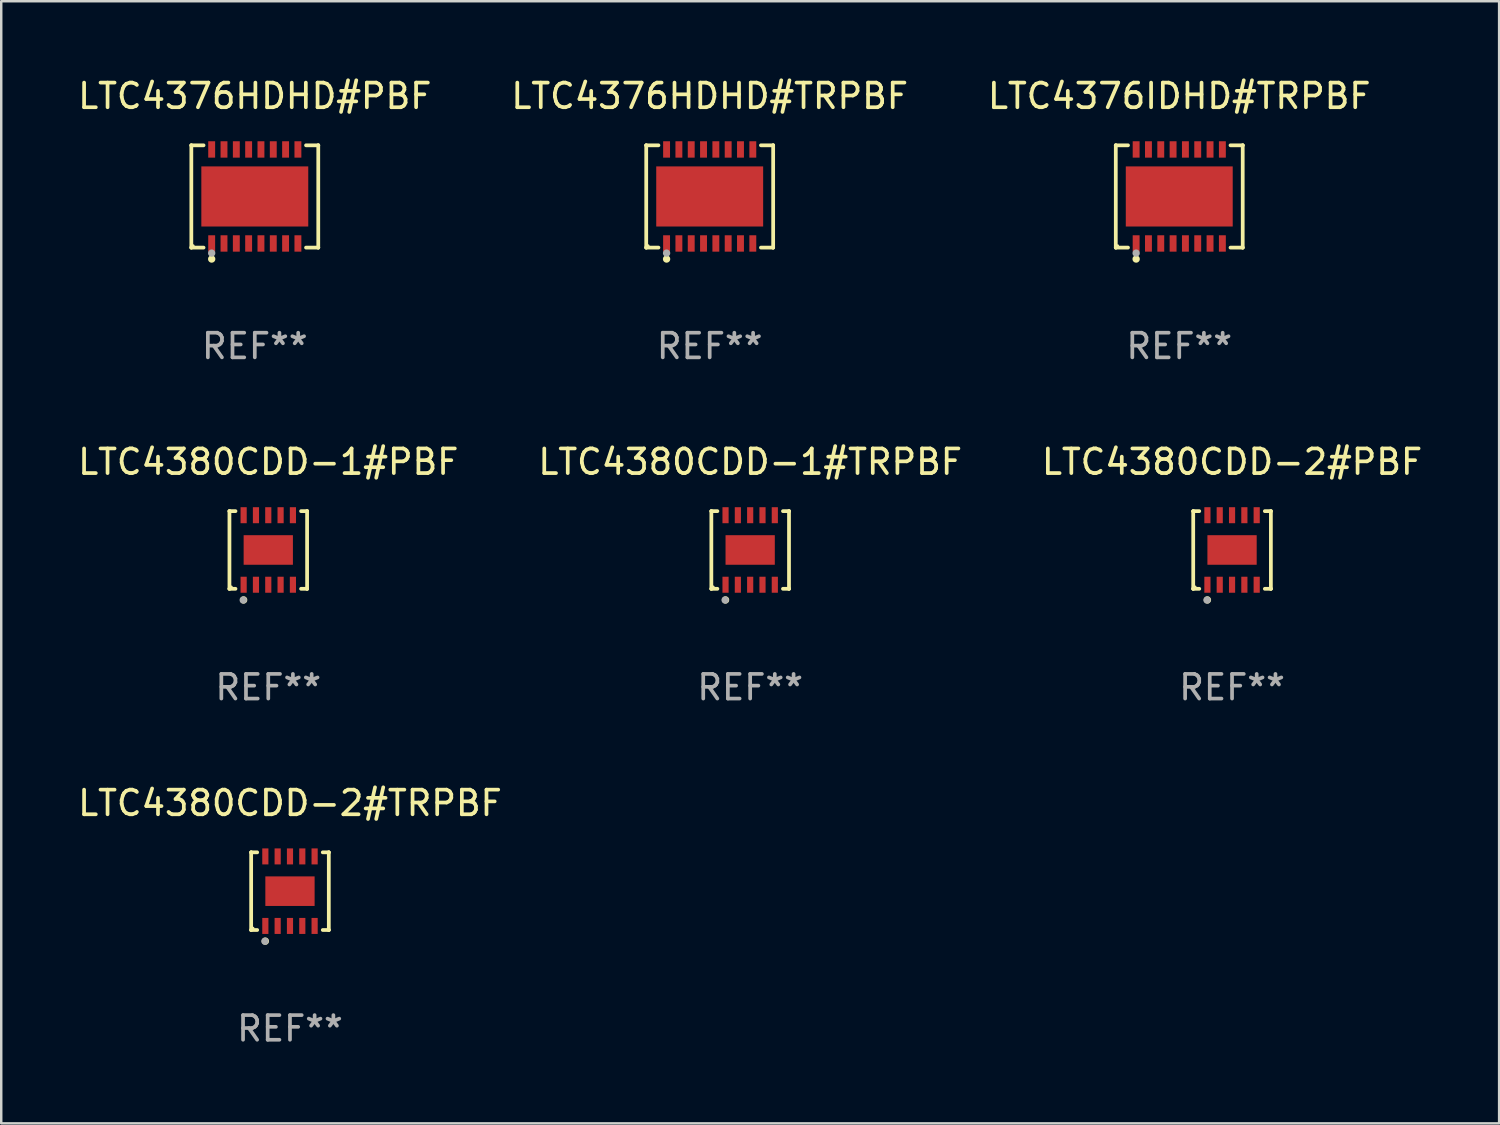
<source format=kicad_pcb>
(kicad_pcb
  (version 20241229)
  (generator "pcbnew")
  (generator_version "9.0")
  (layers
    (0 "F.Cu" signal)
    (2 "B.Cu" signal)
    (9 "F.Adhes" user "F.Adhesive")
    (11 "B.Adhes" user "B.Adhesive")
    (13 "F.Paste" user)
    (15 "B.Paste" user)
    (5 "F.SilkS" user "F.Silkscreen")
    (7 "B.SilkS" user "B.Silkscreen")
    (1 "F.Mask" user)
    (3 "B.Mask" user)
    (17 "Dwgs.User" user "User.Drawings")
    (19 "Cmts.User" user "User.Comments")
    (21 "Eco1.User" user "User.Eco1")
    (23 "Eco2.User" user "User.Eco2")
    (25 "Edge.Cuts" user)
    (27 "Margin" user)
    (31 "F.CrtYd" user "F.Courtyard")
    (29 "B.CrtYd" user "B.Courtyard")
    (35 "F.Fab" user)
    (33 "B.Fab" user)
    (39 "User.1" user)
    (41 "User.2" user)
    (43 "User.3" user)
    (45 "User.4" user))
  (footprint "LTC4380CDD-2#PBF"
    (layer "F.Cu")
    (at 46.958 19.273)
    (property "Reference" "LTC4380CDD-2#PBF" (at 0 -3.576 0) (layer "F.SilkS") (effects (font (size 1 1) (thickness 0.15))))
    (attr through_hole)
    (fp_line (start -1.576 -1.576) (end -1.576 -1.576) (stroke (width 0.152) (type solid)) (layer "F.SilkS"))
    (fp_line (start -1.576 -1.576) (end -1.331 -1.576) (stroke (width 0.152) (type solid)) (layer "F.SilkS"))
    (fp_line (start -1.576 1.576) (end -1.576 -1.576) (stroke (width 0.152) (type solid)) (layer "F.SilkS"))
    (fp_line (start -1.576 1.576) (end -1.576 1.576) (stroke (width 0.152) (type solid)) (layer "F.SilkS"))
    (fp_line (start -1.331 1.576) (end -1.576 1.576) (stroke (width 0.152) (type solid)) (layer "F.SilkS"))
    (fp_line (start 1.331 1.576) (end 1.576 1.576) (stroke (width 0.152) (type solid)) (layer "F.SilkS"))
    (fp_line (start 1.576 -1.576) (end 1.331 -1.576) (stroke (width 0.152) (type solid)) (layer "F.SilkS"))
    (fp_line (start 1.576 -1.576) (end 1.576 -1.576) (stroke (width 0.152) (type solid)) (layer "F.SilkS"))
    (fp_line (start 1.576 1.576) (end 1.576 -1.576) (stroke (width 0.152) (type solid)) (layer "F.SilkS"))
    (fp_line (start 1.576 1.576) (end 1.576 1.576) (stroke (width 0.152) (type solid)) (layer "F.SilkS"))
    (fp_circle (center -1.5 1.5) (end -1.47 1.5) (stroke (width 0.06) (type solid)) (fill no) (layer "F.SilkS"))
    (fp_circle (center -1 2.028) (end -0.925 2.028) (stroke (width 0.15) (type solid)) (fill no) (layer "F.SilkS"))
    (fp_circle (center -1.016 2.032) (end -0.941 2.032) (stroke (width 0.15) (type solid)) (fill no) (layer "F.Fab"))
    (fp_text user "REF**" (at 0 5.576 0) (layer "F.Fab") (effects (font (size 1 1) (thickness 0.15))))
    (pad "1" smd rect (at -1 1.411) (size 0.25 0.65) (layers "F.Cu" "F.Mask" "F.Paste"))
    (pad "2" smd rect (at -0.5 1.411) (size 0.25 0.65) (layers "F.Cu" "F.Mask" "F.Paste"))
    (pad "3" smd rect (at 0 1.411) (size 0.25 0.65) (layers "F.Cu" "F.Mask" "F.Paste"))
    (pad "4" smd rect (at 0.5 1.411) (size 0.25 0.65) (layers "F.Cu" "F.Mask" "F.Paste"))
    (pad "5" smd rect (at 1 1.411) (size 0.25 0.65) (layers "F.Cu" "F.Mask" "F.Paste"))
    (pad "6" smd rect (at 1 -1.411) (size 0.25 0.65) (layers "F.Cu" "F.Mask" "F.Paste"))
    (pad "7" smd rect (at 0.5 -1.411) (size 0.25 0.65) (layers "F.Cu" "F.Mask" "F.Paste"))
    (pad "8" smd rect (at 0 -1.411) (size 0.25 0.65) (layers "F.Cu" "F.Mask" "F.Paste"))
    (pad "9" smd rect (at -0.5 -1.411) (size 0.25 0.65) (layers "F.Cu" "F.Mask" "F.Paste"))
    (pad "10" smd rect (at -1 -1.411) (size 0.25 0.65) (layers "F.Cu" "F.Mask" "F.Paste"))
    (pad "11" smd rect (at 0 0) (size 2 1.2) (layers "F.Cu" "F.Mask" "F.Paste")))
  (footprint "LTC4380CDD-1#PBF"
    (layer "F.Cu")
    (at 7.839 19.273)
    (property "Reference" "LTC4380CDD-1#PBF" (at 0 -3.576 0) (layer "F.SilkS") (effects (font (size 1 1) (thickness 0.15))))
    (attr through_hole)
    (fp_line (start -1.576 -1.576) (end -1.576 -1.576) (stroke (width 0.152) (type solid)) (layer "F.SilkS"))
    (fp_line (start -1.576 -1.576) (end -1.331 -1.576) (stroke (width 0.152) (type solid)) (layer "F.SilkS"))
    (fp_line (start -1.576 1.576) (end -1.576 -1.576) (stroke (width 0.152) (type solid)) (layer "F.SilkS"))
    (fp_line (start -1.576 1.576) (end -1.576 1.576) (stroke (width 0.152) (type solid)) (layer "F.SilkS"))
    (fp_line (start -1.331 1.576) (end -1.576 1.576) (stroke (width 0.152) (type solid)) (layer "F.SilkS"))
    (fp_line (start 1.331 1.576) (end 1.576 1.576) (stroke (width 0.152) (type solid)) (layer "F.SilkS"))
    (fp_line (start 1.576 -1.576) (end 1.331 -1.576) (stroke (width 0.152) (type solid)) (layer "F.SilkS"))
    (fp_line (start 1.576 -1.576) (end 1.576 -1.576) (stroke (width 0.152) (type solid)) (layer "F.SilkS"))
    (fp_line (start 1.576 1.576) (end 1.576 -1.576) (stroke (width 0.152) (type solid)) (layer "F.SilkS"))
    (fp_line (start 1.576 1.576) (end 1.576 1.576) (stroke (width 0.152) (type solid)) (layer "F.SilkS"))
    (fp_circle (center -1.5 1.5) (end -1.47 1.5) (stroke (width 0.06) (type solid)) (fill no) (layer "F.SilkS"))
    (fp_circle (center -1 2.028) (end -0.925 2.028) (stroke (width 0.15) (type solid)) (fill no) (layer "F.SilkS"))
    (fp_circle (center -1.016 2.032) (end -0.941 2.032) (stroke (width 0.15) (type solid)) (fill no) (layer "F.Fab"))
    (fp_text user "REF**" (at 0 5.576 0) (layer "F.Fab") (effects (font (size 1 1) (thickness 0.15))))
    (pad "1" smd rect (at -1 1.411) (size 0.25 0.65) (layers "F.Cu" "F.Mask" "F.Paste"))
    (pad "2" smd rect (at -0.5 1.411) (size 0.25 0.65) (layers "F.Cu" "F.Mask" "F.Paste"))
    (pad "3" smd rect (at 0 1.411) (size 0.25 0.65) (layers "F.Cu" "F.Mask" "F.Paste"))
    (pad "4" smd rect (at 0.5 1.411) (size 0.25 0.65) (layers "F.Cu" "F.Mask" "F.Paste"))
    (pad "5" smd rect (at 1 1.411) (size 0.25 0.65) (layers "F.Cu" "F.Mask" "F.Paste"))
    (pad "6" smd rect (at 1 -1.411) (size 0.25 0.65) (layers "F.Cu" "F.Mask" "F.Paste"))
    (pad "7" smd rect (at 0.5 -1.411) (size 0.25 0.65) (layers "F.Cu" "F.Mask" "F.Paste"))
    (pad "8" smd rect (at 0 -1.411) (size 0.25 0.65) (layers "F.Cu" "F.Mask" "F.Paste"))
    (pad "9" smd rect (at -0.5 -1.411) (size 0.25 0.65) (layers "F.Cu" "F.Mask" "F.Paste"))
    (pad "10" smd rect (at -1 -1.411) (size 0.25 0.65) (layers "F.Cu" "F.Mask" "F.Paste"))
    (pad "11" smd rect (at 0 0) (size 2 1.2) (layers "F.Cu" "F.Mask" "F.Paste")))
  (footprint "LTC4380CDD-2#TRPBF"
    (layer "F.Cu")
    (at 8.72 33.122)
    (property "Reference" "LTC4380CDD-2#TRPBF" (at 0 -3.576 0) (layer "F.SilkS") (effects (font (size 1 1) (thickness 0.15))))
    (attr through_hole)
    (fp_line (start -1.576 -1.576) (end -1.576 -1.576) (stroke (width 0.152) (type solid)) (layer "F.SilkS"))
    (fp_line (start -1.576 -1.576) (end -1.331 -1.576) (stroke (width 0.152) (type solid)) (layer "F.SilkS"))
    (fp_line (start -1.576 1.576) (end -1.576 -1.576) (stroke (width 0.152) (type solid)) (layer "F.SilkS"))
    (fp_line (start -1.576 1.576) (end -1.576 1.576) (stroke (width 0.152) (type solid)) (layer "F.SilkS"))
    (fp_line (start -1.331 1.576) (end -1.576 1.576) (stroke (width 0.152) (type solid)) (layer "F.SilkS"))
    (fp_line (start 1.331 1.576) (end 1.576 1.576) (stroke (width 0.152) (type solid)) (layer "F.SilkS"))
    (fp_line (start 1.576 -1.576) (end 1.331 -1.576) (stroke (width 0.152) (type solid)) (layer "F.SilkS"))
    (fp_line (start 1.576 -1.576) (end 1.576 -1.576) (stroke (width 0.152) (type solid)) (layer "F.SilkS"))
    (fp_line (start 1.576 1.576) (end 1.576 -1.576) (stroke (width 0.152) (type solid)) (layer "F.SilkS"))
    (fp_line (start 1.576 1.576) (end 1.576 1.576) (stroke (width 0.152) (type solid)) (layer "F.SilkS"))
    (fp_circle (center -1.5 1.5) (end -1.47 1.5) (stroke (width 0.06) (type solid)) (fill no) (layer "F.SilkS"))
    (fp_circle (center -1 2.028) (end -0.925 2.028) (stroke (width 0.15) (type solid)) (fill no) (layer "F.SilkS"))
    (fp_circle (center -1.016 2.032) (end -0.941 2.032) (stroke (width 0.15) (type solid)) (fill no) (layer "F.Fab"))
    (fp_text user "REF**" (at 0 5.576 0) (layer "F.Fab") (effects (font (size 1 1) (thickness 0.15))))
    (pad "1" smd rect (at -1 1.411) (size 0.25 0.65) (layers "F.Cu" "F.Mask" "F.Paste"))
    (pad "2" smd rect (at -0.5 1.411) (size 0.25 0.65) (layers "F.Cu" "F.Mask" "F.Paste"))
    (pad "3" smd rect (at 0 1.411) (size 0.25 0.65) (layers "F.Cu" "F.Mask" "F.Paste"))
    (pad "4" smd rect (at 0.5 1.411) (size 0.25 0.65) (layers "F.Cu" "F.Mask" "F.Paste"))
    (pad "5" smd rect (at 1 1.411) (size 0.25 0.65) (layers "F.Cu" "F.Mask" "F.Paste"))
    (pad "6" smd rect (at 1 -1.411) (size 0.25 0.65) (layers "F.Cu" "F.Mask" "F.Paste"))
    (pad "7" smd rect (at 0.5 -1.411) (size 0.25 0.65) (layers "F.Cu" "F.Mask" "F.Paste"))
    (pad "8" smd rect (at 0 -1.411) (size 0.25 0.65) (layers "F.Cu" "F.Mask" "F.Paste"))
    (pad "9" smd rect (at -0.5 -1.411) (size 0.25 0.65) (layers "F.Cu" "F.Mask" "F.Paste"))
    (pad "10" smd rect (at -1 -1.411) (size 0.25 0.65) (layers "F.Cu" "F.Mask" "F.Paste"))
    (pad "11" smd rect (at 0 0) (size 2 1.2) (layers "F.Cu" "F.Mask" "F.Paste")))
  (footprint "LTC4380CDD-1#TRPBF"
    (layer "F.Cu")
    (at 27.399 19.273)
    (property "Reference" "LTC4380CDD-1#TRPBF" (at 0 -3.576 0) (layer "F.SilkS") (effects (font (size 1 1) (thickness 0.15))))
    (attr through_hole)
    (fp_line (start -1.576 -1.576) (end -1.576 -1.576) (stroke (width 0.152) (type solid)) (layer "F.SilkS"))
    (fp_line (start -1.576 -1.576) (end -1.331 -1.576) (stroke (width 0.152) (type solid)) (layer "F.SilkS"))
    (fp_line (start -1.576 1.576) (end -1.576 -1.576) (stroke (width 0.152) (type solid)) (layer "F.SilkS"))
    (fp_line (start -1.576 1.576) (end -1.576 1.576) (stroke (width 0.152) (type solid)) (layer "F.SilkS"))
    (fp_line (start -1.331 1.576) (end -1.576 1.576) (stroke (width 0.152) (type solid)) (layer "F.SilkS"))
    (fp_line (start 1.331 1.576) (end 1.576 1.576) (stroke (width 0.152) (type solid)) (layer "F.SilkS"))
    (fp_line (start 1.576 -1.576) (end 1.331 -1.576) (stroke (width 0.152) (type solid)) (layer "F.SilkS"))
    (fp_line (start 1.576 -1.576) (end 1.576 -1.576) (stroke (width 0.152) (type solid)) (layer "F.SilkS"))
    (fp_line (start 1.576 1.576) (end 1.576 -1.576) (stroke (width 0.152) (type solid)) (layer "F.SilkS"))
    (fp_line (start 1.576 1.576) (end 1.576 1.576) (stroke (width 0.152) (type solid)) (layer "F.SilkS"))
    (fp_circle (center -1.5 1.5) (end -1.47 1.5) (stroke (width 0.06) (type solid)) (fill no) (layer "F.SilkS"))
    (fp_circle (center -1 2.028) (end -0.925 2.028) (stroke (width 0.15) (type solid)) (fill no) (layer "F.SilkS"))
    (fp_circle (center -1.016 2.032) (end -0.941 2.032) (stroke (width 0.15) (type solid)) (fill no) (layer "F.Fab"))
    (fp_text user "REF**" (at 0 5.576 0) (layer "F.Fab") (effects (font (size 1 1) (thickness 0.15))))
    (pad "1" smd rect (at -1 1.411) (size 0.25 0.65) (layers "F.Cu" "F.Mask" "F.Paste"))
    (pad "2" smd rect (at -0.5 1.411) (size 0.25 0.65) (layers "F.Cu" "F.Mask" "F.Paste"))
    (pad "3" smd rect (at 0 1.411) (size 0.25 0.65) (layers "F.Cu" "F.Mask" "F.Paste"))
    (pad "4" smd rect (at 0.5 1.411) (size 0.25 0.65) (layers "F.Cu" "F.Mask" "F.Paste"))
    (pad "5" smd rect (at 1 1.411) (size 0.25 0.65) (layers "F.Cu" "F.Mask" "F.Paste"))
    (pad "6" smd rect (at 1 -1.411) (size 0.25 0.65) (layers "F.Cu" "F.Mask" "F.Paste"))
    (pad "7" smd rect (at 0.5 -1.411) (size 0.25 0.65) (layers "F.Cu" "F.Mask" "F.Paste"))
    (pad "8" smd rect (at 0 -1.411) (size 0.25 0.65) (layers "F.Cu" "F.Mask" "F.Paste"))
    (pad "9" smd rect (at -0.5 -1.411) (size 0.25 0.65) (layers "F.Cu" "F.Mask" "F.Paste"))
    (pad "10" smd rect (at -1 -1.411) (size 0.25 0.65) (layers "F.Cu" "F.Mask" "F.Paste"))
    (pad "11" smd rect (at 0 0) (size 2 1.2) (layers "F.Cu" "F.Mask" "F.Paste")))
  (footprint "LTC4376HDHD#PBF"
    (layer "F.Cu")
    (at 7.292 4.924)
    (property "Reference" "LTC4376HDHD#PBF" (at 0 -4.076 0) (layer "F.SilkS") (effects (font (size 1 1) (thickness 0.15))))
    (attr through_hole)
    (fp_line (start -2.576 -2.076) (end -2.576 -2.076) (stroke (width 0.152) (type solid)) (layer "F.SilkS"))
    (fp_line (start -2.576 -2.076) (end -2.08 -2.076) (stroke (width 0.152) (type solid)) (layer "F.SilkS"))
    (fp_line (start -2.576 2.076) (end -2.576 -2.076) (stroke (width 0.152) (type solid)) (layer "F.SilkS"))
    (fp_line (start -2.576 2.076) (end -2.576 2.076) (stroke (width 0.152) (type solid)) (layer "F.SilkS"))
    (fp_line (start -2.08 2.076) (end -2.576 2.076) (stroke (width 0.152) (type solid)) (layer "F.SilkS"))
    (fp_line (start 2.08 2.076) (end 2.576 2.076) (stroke (width 0.152) (type solid)) (layer "F.SilkS"))
    (fp_line (start 2.576 -2.076) (end 2.08 -2.076) (stroke (width 0.152) (type solid)) (layer "F.SilkS"))
    (fp_line (start 2.576 -2.076) (end 2.576 -2.076) (stroke (width 0.152) (type solid)) (layer "F.SilkS"))
    (fp_line (start 2.576 2.076) (end 2.576 -2.076) (stroke (width 0.152) (type solid)) (layer "F.SilkS"))
    (fp_line (start 2.576 2.076) (end 2.576 2.076) (stroke (width 0.152) (type solid)) (layer "F.SilkS"))
    (fp_circle (center -2.5 2) (end -2.47 2) (stroke (width 0.06) (type solid)) (fill no) (layer "F.SilkS"))
    (fp_circle (center -1.75 2.54) (end -1.675 2.54) (stroke (width 0.15) (type solid)) (fill no) (layer "F.SilkS"))
    (fp_circle (center -1.75 2.3) (end -1.675 2.3) (stroke (width 0.15) (type solid)) (fill no) (layer "F.Fab"))
    (fp_text user "REF**" (at 0 6.076 0) (layer "F.Fab") (effects (font (size 1 1) (thickness 0.15))))
    (pad "1" smd rect (at -1.75 1.908) (size 0.28 0.665) (layers "F.Cu" "F.Mask" "F.Paste"))
    (pad "2" smd rect (at -1.25 1.908) (size 0.28 0.665) (layers "F.Cu" "F.Mask" "F.Paste"))
    (pad "3" smd rect (at -0.75 1.908) (size 0.28 0.665) (layers "F.Cu" "F.Mask" "F.Paste"))
    (pad "4" smd rect (at -0.25 1.908) (size 0.28 0.665) (layers "F.Cu" "F.Mask" "F.Paste"))
    (pad "5" smd rect (at 0.25 1.908) (size 0.28 0.665) (layers "F.Cu" "F.Mask" "F.Paste"))
    (pad "6" smd rect (at 0.75 1.908) (size 0.28 0.665) (layers "F.Cu" "F.Mask" "F.Paste"))
    (pad "7" smd rect (at 1.25 1.908) (size 0.28 0.665) (layers "F.Cu" "F.Mask" "F.Paste"))
    (pad "8" smd rect (at 1.75 1.908) (size 0.28 0.665) (layers "F.Cu" "F.Mask" "F.Paste"))
    (pad "9" smd rect (at 1.75 -1.908) (size 0.28 0.665) (layers "F.Cu" "F.Mask" "F.Paste"))
    (pad "10" smd rect (at 1.25 -1.908) (size 0.28 0.665) (layers "F.Cu" "F.Mask" "F.Paste"))
    (pad "11" smd rect (at 0.75 -1.908) (size 0.28 0.665) (layers "F.Cu" "F.Mask" "F.Paste"))
    (pad "12" smd rect (at 0.25 -1.908) (size 0.28 0.665) (layers "F.Cu" "F.Mask" "F.Paste"))
    (pad "13" smd rect (at -0.25 -1.908) (size 0.28 0.665) (layers "F.Cu" "F.Mask" "F.Paste"))
    (pad "14" smd rect (at -0.75 -1.908) (size 0.28 0.665) (layers "F.Cu" "F.Mask" "F.Paste"))
    (pad "15" smd rect (at -1.25 -1.908) (size 0.28 0.665) (layers "F.Cu" "F.Mask" "F.Paste"))
    (pad "16" smd rect (at -1.75 -1.908) (size 0.28 0.665) (layers "F.Cu" "F.Mask" "F.Paste"))
    (pad "17" smd rect (at 0 0) (size 4.34 2.44) (layers "F.Cu" "F.Mask" "F.Paste")))
  (footprint "LTC4376IDHD#TRPBF"
    (layer "F.Cu")
    (at 44.815 4.924)
    (property "Reference" "LTC4376IDHD#TRPBF" (at 0 -4.076 0) (layer "F.SilkS") (effects (font (size 1 1) (thickness 0.15))))
    (attr through_hole)
    (fp_line (start -2.576 -2.076) (end -2.576 -2.076) (stroke (width 0.152) (type solid)) (layer "F.SilkS"))
    (fp_line (start -2.576 -2.076) (end -2.08 -2.076) (stroke (width 0.152) (type solid)) (layer "F.SilkS"))
    (fp_line (start -2.576 2.076) (end -2.576 -2.076) (stroke (width 0.152) (type solid)) (layer "F.SilkS"))
    (fp_line (start -2.576 2.076) (end -2.576 2.076) (stroke (width 0.152) (type solid)) (layer "F.SilkS"))
    (fp_line (start -2.08 2.076) (end -2.576 2.076) (stroke (width 0.152) (type solid)) (layer "F.SilkS"))
    (fp_line (start 2.08 2.076) (end 2.576 2.076) (stroke (width 0.152) (type solid)) (layer "F.SilkS"))
    (fp_line (start 2.576 -2.076) (end 2.08 -2.076) (stroke (width 0.152) (type solid)) (layer "F.SilkS"))
    (fp_line (start 2.576 -2.076) (end 2.576 -2.076) (stroke (width 0.152) (type solid)) (layer "F.SilkS"))
    (fp_line (start 2.576 2.076) (end 2.576 -2.076) (stroke (width 0.152) (type solid)) (layer "F.SilkS"))
    (fp_line (start 2.576 2.076) (end 2.576 2.076) (stroke (width 0.152) (type solid)) (layer "F.SilkS"))
    (fp_circle (center -2.5 2) (end -2.47 2) (stroke (width 0.06) (type solid)) (fill no) (layer "F.SilkS"))
    (fp_circle (center -1.75 2.54) (end -1.675 2.54) (stroke (width 0.15) (type solid)) (fill no) (layer "F.SilkS"))
    (fp_circle (center -1.75 2.3) (end -1.675 2.3) (stroke (width 0.15) (type solid)) (fill no) (layer "F.Fab"))
    (fp_text user "REF**" (at 0 6.076 0) (layer "F.Fab") (effects (font (size 1 1) (thickness 0.15))))
    (pad "1" smd rect (at -1.75 1.908) (size 0.28 0.665) (layers "F.Cu" "F.Mask" "F.Paste"))
    (pad "2" smd rect (at -1.25 1.908) (size 0.28 0.665) (layers "F.Cu" "F.Mask" "F.Paste"))
    (pad "3" smd rect (at -0.75 1.908) (size 0.28 0.665) (layers "F.Cu" "F.Mask" "F.Paste"))
    (pad "4" smd rect (at -0.25 1.908) (size 0.28 0.665) (layers "F.Cu" "F.Mask" "F.Paste"))
    (pad "5" smd rect (at 0.25 1.908) (size 0.28 0.665) (layers "F.Cu" "F.Mask" "F.Paste"))
    (pad "6" smd rect (at 0.75 1.908) (size 0.28 0.665) (layers "F.Cu" "F.Mask" "F.Paste"))
    (pad "7" smd rect (at 1.25 1.908) (size 0.28 0.665) (layers "F.Cu" "F.Mask" "F.Paste"))
    (pad "8" smd rect (at 1.75 1.908) (size 0.28 0.665) (layers "F.Cu" "F.Mask" "F.Paste"))
    (pad "9" smd rect (at 1.75 -1.908) (size 0.28 0.665) (layers "F.Cu" "F.Mask" "F.Paste"))
    (pad "10" smd rect (at 1.25 -1.908) (size 0.28 0.665) (layers "F.Cu" "F.Mask" "F.Paste"))
    (pad "11" smd rect (at 0.75 -1.908) (size 0.28 0.665) (layers "F.Cu" "F.Mask" "F.Paste"))
    (pad "12" smd rect (at 0.25 -1.908) (size 0.28 0.665) (layers "F.Cu" "F.Mask" "F.Paste"))
    (pad "13" smd rect (at -0.25 -1.908) (size 0.28 0.665) (layers "F.Cu" "F.Mask" "F.Paste"))
    (pad "14" smd rect (at -0.75 -1.908) (size 0.28 0.665) (layers "F.Cu" "F.Mask" "F.Paste"))
    (pad "15" smd rect (at -1.25 -1.908) (size 0.28 0.665) (layers "F.Cu" "F.Mask" "F.Paste"))
    (pad "16" smd rect (at -1.75 -1.908) (size 0.28 0.665) (layers "F.Cu" "F.Mask" "F.Paste"))
    (pad "17" smd rect (at 0 0) (size 4.34 2.44) (layers "F.Cu" "F.Mask" "F.Paste")))
  (footprint "LTC4376HDHD#TRPBF"
    (layer "F.Cu")
    (at 25.756 4.924)
    (property "Reference" "LTC4376HDHD#TRPBF" (at 0 -4.076 0) (layer "F.SilkS") (effects (font (size 1 1) (thickness 0.15))))
    (attr through_hole)
    (fp_line (start -2.576 -2.076) (end -2.576 -2.076) (stroke (width 0.152) (type solid)) (layer "F.SilkS"))
    (fp_line (start -2.576 -2.076) (end -2.08 -2.076) (stroke (width 0.152) (type solid)) (layer "F.SilkS"))
    (fp_line (start -2.576 2.076) (end -2.576 -2.076) (stroke (width 0.152) (type solid)) (layer "F.SilkS"))
    (fp_line (start -2.576 2.076) (end -2.576 2.076) (stroke (width 0.152) (type solid)) (layer "F.SilkS"))
    (fp_line (start -2.08 2.076) (end -2.576 2.076) (stroke (width 0.152) (type solid)) (layer "F.SilkS"))
    (fp_line (start 2.08 2.076) (end 2.576 2.076) (stroke (width 0.152) (type solid)) (layer "F.SilkS"))
    (fp_line (start 2.576 -2.076) (end 2.08 -2.076) (stroke (width 0.152) (type solid)) (layer "F.SilkS"))
    (fp_line (start 2.576 -2.076) (end 2.576 -2.076) (stroke (width 0.152) (type solid)) (layer "F.SilkS"))
    (fp_line (start 2.576 2.076) (end 2.576 -2.076) (stroke (width 0.152) (type solid)) (layer "F.SilkS"))
    (fp_line (start 2.576 2.076) (end 2.576 2.076) (stroke (width 0.152) (type solid)) (layer "F.SilkS"))
    (fp_circle (center -2.5 2) (end -2.47 2) (stroke (width 0.06) (type solid)) (fill no) (layer "F.SilkS"))
    (fp_circle (center -1.75 2.54) (end -1.675 2.54) (stroke (width 0.15) (type solid)) (fill no) (layer "F.SilkS"))
    (fp_circle (center -1.75 2.3) (end -1.675 2.3) (stroke (width 0.15) (type solid)) (fill no) (layer "F.Fab"))
    (fp_text user "REF**" (at 0 6.076 0) (layer "F.Fab") (effects (font (size 1 1) (thickness 0.15))))
    (pad "1" smd rect (at -1.75 1.908) (size 0.28 0.665) (layers "F.Cu" "F.Mask" "F.Paste"))
    (pad "2" smd rect (at -1.25 1.908) (size 0.28 0.665) (layers "F.Cu" "F.Mask" "F.Paste"))
    (pad "3" smd rect (at -0.75 1.908) (size 0.28 0.665) (layers "F.Cu" "F.Mask" "F.Paste"))
    (pad "4" smd rect (at -0.25 1.908) (size 0.28 0.665) (layers "F.Cu" "F.Mask" "F.Paste"))
    (pad "5" smd rect (at 0.25 1.908) (size 0.28 0.665) (layers "F.Cu" "F.Mask" "F.Paste"))
    (pad "6" smd rect (at 0.75 1.908) (size 0.28 0.665) (layers "F.Cu" "F.Mask" "F.Paste"))
    (pad "7" smd rect (at 1.25 1.908) (size 0.28 0.665) (layers "F.Cu" "F.Mask" "F.Paste"))
    (pad "8" smd rect (at 1.75 1.908) (size 0.28 0.665) (layers "F.Cu" "F.Mask" "F.Paste"))
    (pad "9" smd rect (at 1.75 -1.908) (size 0.28 0.665) (layers "F.Cu" "F.Mask" "F.Paste"))
    (pad "10" smd rect (at 1.25 -1.908) (size 0.28 0.665) (layers "F.Cu" "F.Mask" "F.Paste"))
    (pad "11" smd rect (at 0.75 -1.908) (size 0.28 0.665) (layers "F.Cu" "F.Mask" "F.Paste"))
    (pad "12" smd rect (at 0.25 -1.908) (size 0.28 0.665) (layers "F.Cu" "F.Mask" "F.Paste"))
    (pad "13" smd rect (at -0.25 -1.908) (size 0.28 0.665) (layers "F.Cu" "F.Mask" "F.Paste"))
    (pad "14" smd rect (at -0.75 -1.908) (size 0.28 0.665) (layers "F.Cu" "F.Mask" "F.Paste"))
    (pad "15" smd rect (at -1.25 -1.908) (size 0.28 0.665) (layers "F.Cu" "F.Mask" "F.Paste"))
    (pad "16" smd rect (at -1.75 -1.908) (size 0.28 0.665) (layers "F.Cu" "F.Mask" "F.Paste"))
    (pad "17" smd rect (at 0 0) (size 4.34 2.44) (layers "F.Cu" "F.Mask" "F.Paste")))
  (gr_rect
    (start -3 -3)
    (end 57.798 42.547)
    (stroke (width 0.1) (type default))
    (fill no)
    (layer "Edge.Cuts")))
</source>
